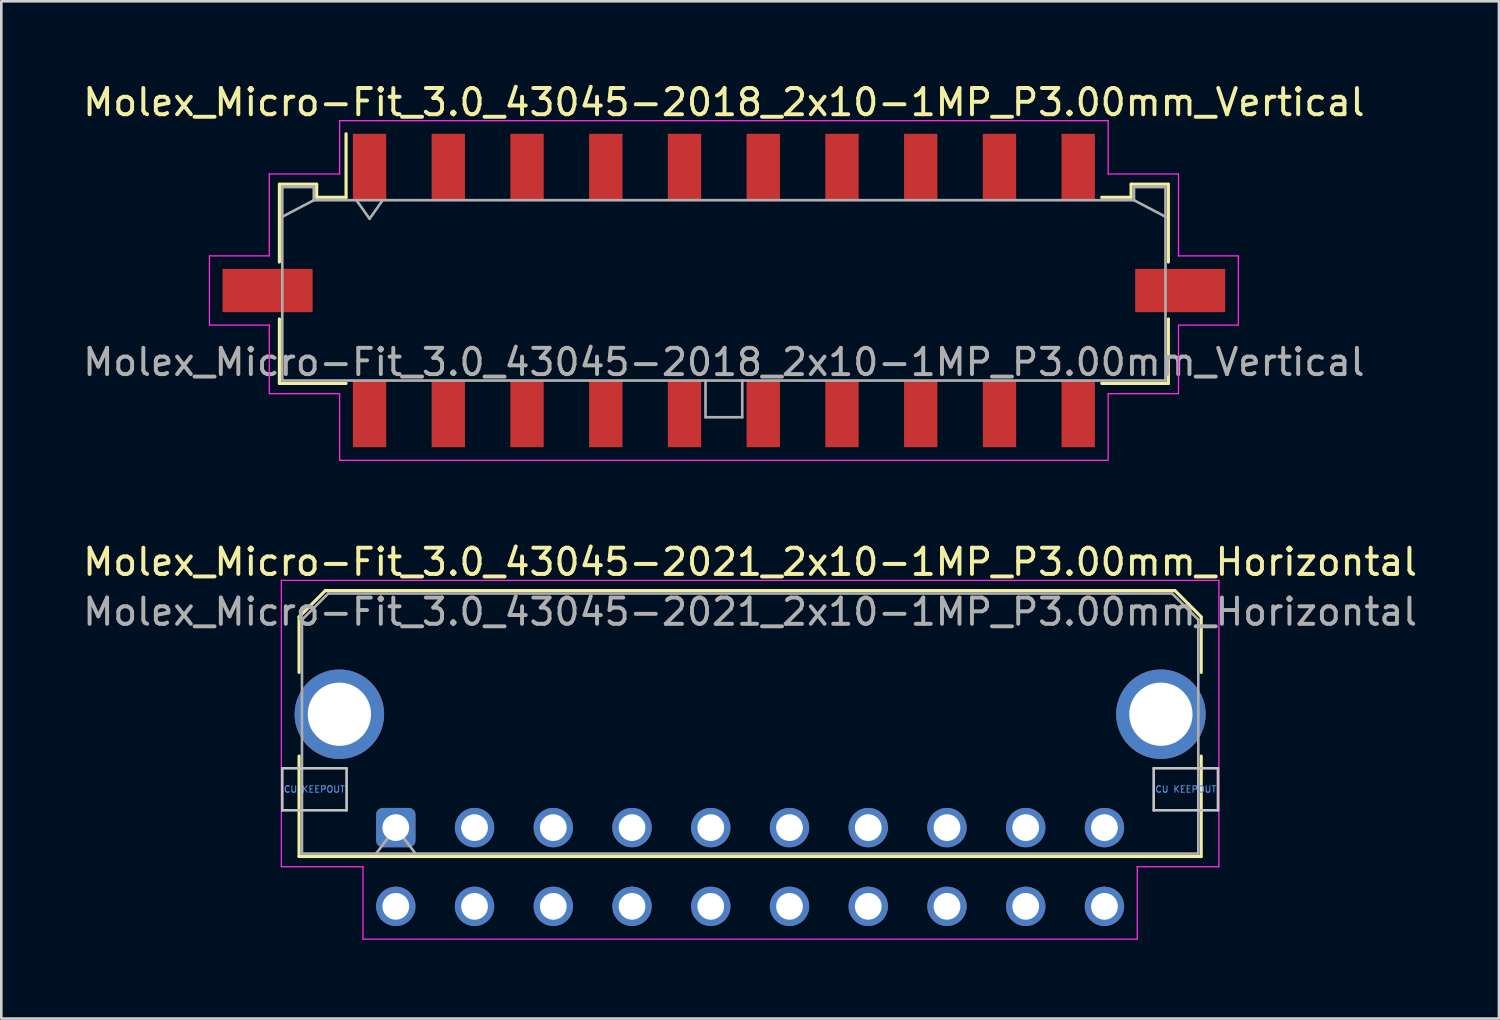
<source format=kicad_pcb>
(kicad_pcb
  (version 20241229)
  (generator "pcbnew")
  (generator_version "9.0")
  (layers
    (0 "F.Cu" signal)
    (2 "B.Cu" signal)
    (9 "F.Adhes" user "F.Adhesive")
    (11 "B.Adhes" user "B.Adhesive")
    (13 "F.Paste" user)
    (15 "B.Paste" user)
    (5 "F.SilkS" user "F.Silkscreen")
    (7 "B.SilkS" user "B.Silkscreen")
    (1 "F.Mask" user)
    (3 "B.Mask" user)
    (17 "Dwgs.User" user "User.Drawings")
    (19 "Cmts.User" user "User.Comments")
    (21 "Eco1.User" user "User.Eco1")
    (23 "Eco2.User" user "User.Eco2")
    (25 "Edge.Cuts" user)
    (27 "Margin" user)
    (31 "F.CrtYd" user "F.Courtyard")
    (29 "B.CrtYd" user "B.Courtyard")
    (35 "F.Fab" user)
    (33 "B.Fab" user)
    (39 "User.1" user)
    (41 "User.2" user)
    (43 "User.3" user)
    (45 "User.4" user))
  (footprint "Molex_Micro-Fit_3.0_43045-2021_2x10-1MP_P3.00mm_Horizontal"
    (layer "F.Cu")
    (at 12.03 28.482)
    (property "Reference" "Molex_Micro-Fit_3.0_43045-2021_2x10-1MP_P3.00mm_Horizontal" (at 13.5 -10.12 0) (layer "F.SilkS") (effects (font (size 1 1) (thickness 0.15))))
    (attr through_hole)
    (fp_line (start -3.685 -8.03) (end -2.685 -9.03) (stroke (width 0.12) (type solid)) (layer "F.SilkS"))
    (fp_line (start -3.685 -5.915) (end -3.685 -8.03) (stroke (width 0.12) (type solid)) (layer "F.SilkS"))
    (fp_line (start -3.685 -2.725) (end -3.685 1.1) (stroke (width 0.12) (type solid)) (layer "F.SilkS"))
    (fp_line (start -3.685 1.1) (end 30.685 1.1) (stroke (width 0.12) (type solid)) (layer "F.SilkS"))
    (fp_line (start -2.685 -9.03) (end 29.685 -9.03) (stroke (width 0.12) (type solid)) (layer "F.SilkS"))
    (fp_line (start 29.685 -9.03) (end 30.685 -8.03) (stroke (width 0.12) (type solid)) (layer "F.SilkS"))
    (fp_line (start 30.685 -8.03) (end 30.685 -5.915) (stroke (width 0.12) (type solid)) (layer "F.SilkS"))
    (fp_line (start 30.685 1.1) (end 30.685 -2.725) (stroke (width 0.12) (type solid)) (layer "F.SilkS"))
    (fp_line (start -4.325 -2.26) (end -4.325 -0.66) (stroke (width 0.1) (type solid)) (layer "Dwgs.User"))
    (fp_line (start -4.325 -0.66) (end -1.875 -0.66) (stroke (width 0.1) (type solid)) (layer "Dwgs.User"))
    (fp_line (start -1.875 -2.26) (end -4.325 -2.26) (stroke (width 0.1) (type solid)) (layer "Dwgs.User"))
    (fp_line (start -1.875 -0.66) (end -1.875 -2.26) (stroke (width 0.1) (type solid)) (layer "Dwgs.User"))
    (fp_line (start 28.875 -2.26) (end 28.875 -0.66) (stroke (width 0.1) (type solid)) (layer "Dwgs.User"))
    (fp_line (start 28.875 -0.66) (end 31.325 -0.66) (stroke (width 0.1) (type solid)) (layer "Dwgs.User"))
    (fp_line (start 31.325 -2.26) (end 28.875 -2.26) (stroke (width 0.1) (type solid)) (layer "Dwgs.User"))
    (fp_line (start 31.325 -0.66) (end 31.325 -2.26) (stroke (width 0.1) (type solid)) (layer "Dwgs.User"))
    (fp_line (start -4.36 -9.42) (end 31.36 -9.42) (stroke (width 0.05) (type solid)) (layer "F.CrtYd"))
    (fp_line (start -4.36 1.49) (end -4.36 -9.42) (stroke (width 0.05) (type solid)) (layer "F.CrtYd"))
    (fp_line (start -1.25 1.49) (end -4.36 1.49) (stroke (width 0.05) (type solid)) (layer "F.CrtYd"))
    (fp_line (start -1.25 4.25) (end -1.25 1.49) (stroke (width 0.05) (type solid)) (layer "F.CrtYd"))
    (fp_line (start 28.25 1.49) (end 28.25 4.25) (stroke (width 0.05) (type solid)) (layer "F.CrtYd"))
    (fp_line (start 28.25 4.25) (end -1.25 4.25) (stroke (width 0.05) (type solid)) (layer "F.CrtYd"))
    (fp_line (start 31.36 -9.42) (end 31.36 1.49) (stroke (width 0.05) (type solid)) (layer "F.CrtYd"))
    (fp_line (start 31.36 1.49) (end 28.25 1.49) (stroke (width 0.05) (type solid)) (layer "F.CrtYd"))
    (fp_line (start -3.575 -7.92) (end -2.575 -8.92) (stroke (width 0.1) (type solid)) (layer "F.Fab"))
    (fp_line (start -3.575 0.99) (end -3.575 -7.92) (stroke (width 0.1) (type solid)) (layer "F.Fab"))
    (fp_line (start -2.575 -8.92) (end 29.575 -8.92) (stroke (width 0.1) (type solid)) (layer "F.Fab"))
    (fp_line (start -0.75 0.99) (end 0 0) (stroke (width 0.1) (type solid)) (layer "F.Fab"))
    (fp_line (start 0 0) (end 0.75 0.99) (stroke (width 0.1) (type solid)) (layer "F.Fab"))
    (fp_line (start 29.575 -8.92) (end 30.575 -7.92) (stroke (width 0.1) (type solid)) (layer "F.Fab"))
    (fp_line (start 30.575 -7.92) (end 30.575 0.99) (stroke (width 0.1) (type solid)) (layer "F.Fab"))
    (fp_line (start 30.575 0.99) (end -3.575 0.99) (stroke (width 0.1) (type solid)) (layer "F.Fab"))
    (fp_text user "CU KEEPOUT" (at -3.1 -1.46 0) (layer "Cmts.User") (effects (font (size 0.245 0.245) (thickness 0.037))))
    (fp_text user "CU KEEPOUT" (at 30.1 -1.46 0) (layer "Cmts.User") (effects (font (size 0.245 0.245) (thickness 0.037))))
    (fp_text user "${REFERENCE}" (at 13.5 -8.22 0) (layer "F.Fab") (effects (font (size 1 1) (thickness 0.15))))
    (pad "1" thru_hole roundrect (at 0 0) (size 1.5 1.5) (drill 1.02) (layers "*.Cu" "*.Mask") (roundrect_rratio 0.167))
    (pad "2" thru_hole circle (at 3 0) (size 1.5 1.5) (drill 1.02) (layers "*.Cu" "*.Mask"))
    (pad "3" thru_hole circle (at 6 0) (size 1.5 1.5) (drill 1.02) (layers "*.Cu" "*.Mask"))
    (pad "4" thru_hole circle (at 9 0) (size 1.5 1.5) (drill 1.02) (layers "*.Cu" "*.Mask"))
    (pad "5" thru_hole circle (at 12 0) (size 1.5 1.5) (drill 1.02) (layers "*.Cu" "*.Mask"))
    (pad "6" thru_hole circle (at 15 0) (size 1.5 1.5) (drill 1.02) (layers "*.Cu" "*.Mask"))
    (pad "7" thru_hole circle (at 18 0) (size 1.5 1.5) (drill 1.02) (layers "*.Cu" "*.Mask"))
    (pad "8" thru_hole circle (at 21 0) (size 1.5 1.5) (drill 1.02) (layers "*.Cu" "*.Mask"))
    (pad "9" thru_hole circle (at 24 0) (size 1.5 1.5) (drill 1.02) (layers "*.Cu" "*.Mask"))
    (pad "10" thru_hole circle (at 27 0) (size 1.5 1.5) (drill 1.02) (layers "*.Cu" "*.Mask"))
    (pad "11" thru_hole circle (at 0 3) (size 1.5 1.5) (drill 1.02) (layers "*.Cu" "*.Mask"))
    (pad "12" thru_hole circle (at 3 3) (size 1.5 1.5) (drill 1.02) (layers "*.Cu" "*.Mask"))
    (pad "13" thru_hole circle (at 6 3) (size 1.5 1.5) (drill 1.02) (layers "*.Cu" "*.Mask"))
    (pad "14" thru_hole circle (at 9 3) (size 1.5 1.5) (drill 1.02) (layers "*.Cu" "*.Mask"))
    (pad "15" thru_hole circle (at 12 3) (size 1.5 1.5) (drill 1.02) (layers "*.Cu" "*.Mask"))
    (pad "16" thru_hole circle (at 15 3) (size 1.5 1.5) (drill 1.02) (layers "*.Cu" "*.Mask"))
    (pad "17" thru_hole circle (at 18 3) (size 1.5 1.5) (drill 1.02) (layers "*.Cu" "*.Mask"))
    (pad "18" thru_hole circle (at 21 3) (size 1.5 1.5) (drill 1.02) (layers "*.Cu" "*.Mask"))
    (pad "19" thru_hole circle (at 24 3) (size 1.5 1.5) (drill 1.02) (layers "*.Cu" "*.Mask"))
    (pad "20" thru_hole circle (at 27 3) (size 1.5 1.5) (drill 1.02) (layers "*.Cu" "*.Mask"))
    (pad "MP" thru_hole circle (at -2.15 -4.32) (size 3.41 3.41) (drill 2.41) (layers "*.Cu" "*.Mask"))
    (pad "MP" thru_hole circle (at 29.15 -4.32) (size 3.41 3.41) (drill 2.41) (layers "*.Cu" "*.Mask")))
  (footprint "Molex_Micro-Fit_3.0_43045-2018_2x10-1MP_P3.00mm_Vertical"
    (layer "F.Cu")
    (at 24.53 8.018)
    (property "Reference" "Molex_Micro-Fit_3.0_43045-2018_2x10-1MP_P3.00mm_Vertical" (at 0 -7.17 0) (layer "F.SilkS") (effects (font (size 1 1) (thickness 0.15))))
    (attr smd)
    (fp_line (start -16.935 -4.05) (end -15.515 -4.05) (stroke (width 0.12) (type solid)) (layer "F.SilkS"))
    (fp_line (start -16.935 -1.085) (end -16.935 -4.05) (stroke (width 0.12) (type solid)) (layer "F.SilkS"))
    (fp_line (start -16.935 1.085) (end -16.935 3.54) (stroke (width 0.12) (type solid)) (layer "F.SilkS"))
    (fp_line (start -16.935 3.54) (end -14.395 3.54) (stroke (width 0.12) (type solid)) (layer "F.SilkS"))
    (fp_line (start -15.515 -4.05) (end -15.515 -3.55) (stroke (width 0.12) (type solid)) (layer "F.SilkS"))
    (fp_line (start -15.515 -3.55) (end -14.395 -3.55) (stroke (width 0.12) (type solid)) (layer "F.SilkS"))
    (fp_line (start -14.395 -3.55) (end -14.395 -5.97) (stroke (width 0.12) (type solid)) (layer "F.SilkS"))
    (fp_line (start 15.515 -4.05) (end 15.515 -3.55) (stroke (width 0.12) (type solid)) (layer "F.SilkS"))
    (fp_line (start 15.515 -3.55) (end 14.395 -3.55) (stroke (width 0.12) (type solid)) (layer "F.SilkS"))
    (fp_line (start 16.935 -4.05) (end 15.515 -4.05) (stroke (width 0.12) (type solid)) (layer "F.SilkS"))
    (fp_line (start 16.935 -1.085) (end 16.935 -4.05) (stroke (width 0.12) (type solid)) (layer "F.SilkS"))
    (fp_line (start 16.935 1.085) (end 16.935 3.54) (stroke (width 0.12) (type solid)) (layer "F.SilkS"))
    (fp_line (start 16.935 3.54) (end 14.395 3.54) (stroke (width 0.12) (type solid)) (layer "F.SilkS"))
    (fp_line (start -19.6 -1.32) (end -19.6 1.32) (stroke (width 0.05) (type solid)) (layer "F.CrtYd"))
    (fp_line (start -19.6 1.32) (end -17.32 1.32) (stroke (width 0.05) (type solid)) (layer "F.CrtYd"))
    (fp_line (start -17.32 -4.44) (end -17.32 -1.32) (stroke (width 0.05) (type solid)) (layer "F.CrtYd"))
    (fp_line (start -17.32 -1.32) (end -19.6 -1.32) (stroke (width 0.05) (type solid)) (layer "F.CrtYd"))
    (fp_line (start -17.32 1.32) (end -17.32 3.93) (stroke (width 0.05) (type solid)) (layer "F.CrtYd"))
    (fp_line (start -17.32 3.93) (end -14.64 3.93) (stroke (width 0.05) (type solid)) (layer "F.CrtYd"))
    (fp_line (start -14.64 -6.47) (end -14.64 -4.44) (stroke (width 0.05) (type solid)) (layer "F.CrtYd"))
    (fp_line (start -14.64 -4.44) (end -17.32 -4.44) (stroke (width 0.05) (type solid)) (layer "F.CrtYd"))
    (fp_line (start -14.64 3.93) (end -14.64 6.47) (stroke (width 0.05) (type solid)) (layer "F.CrtYd"))
    (fp_line (start -14.64 6.47) (end 0 6.47) (stroke (width 0.05) (type solid)) (layer "F.CrtYd"))
    (fp_line (start 0 -6.47) (end -14.64 -6.47) (stroke (width 0.05) (type solid)) (layer "F.CrtYd"))
    (fp_line (start 0 -6.47) (end 14.64 -6.47) (stroke (width 0.05) (type solid)) (layer "F.CrtYd"))
    (fp_line (start 14.64 -6.47) (end 14.64 -4.44) (stroke (width 0.05) (type solid)) (layer "F.CrtYd"))
    (fp_line (start 14.64 -4.44) (end 17.32 -4.44) (stroke (width 0.05) (type solid)) (layer "F.CrtYd"))
    (fp_line (start 14.64 3.93) (end 14.64 6.47) (stroke (width 0.05) (type solid)) (layer "F.CrtYd"))
    (fp_line (start 14.64 6.47) (end 0 6.47) (stroke (width 0.05) (type solid)) (layer "F.CrtYd"))
    (fp_line (start 17.32 -4.44) (end 17.32 -1.32) (stroke (width 0.05) (type solid)) (layer "F.CrtYd"))
    (fp_line (start 17.32 -1.32) (end 19.6 -1.32) (stroke (width 0.05) (type solid)) (layer "F.CrtYd"))
    (fp_line (start 17.32 1.32) (end 17.32 3.93) (stroke (width 0.05) (type solid)) (layer "F.CrtYd"))
    (fp_line (start 17.32 3.93) (end 14.64 3.93) (stroke (width 0.05) (type solid)) (layer "F.CrtYd"))
    (fp_line (start 19.6 -1.32) (end 19.6 1.32) (stroke (width 0.05) (type solid)) (layer "F.CrtYd"))
    (fp_line (start 19.6 1.32) (end 17.32 1.32) (stroke (width 0.05) (type solid)) (layer "F.CrtYd"))
    (fp_line (start -16.825 -3.94) (end -16.825 3.43) (stroke (width 0.1) (type solid)) (layer "F.Fab"))
    (fp_line (start -16.825 -2.81) (end -15.625 -3.44) (stroke (width 0.1) (type solid)) (layer "F.Fab"))
    (fp_line (start -16.825 3.43) (end 16.825 3.43) (stroke (width 0.1) (type solid)) (layer "F.Fab"))
    (fp_line (start -15.625 -3.94) (end -16.825 -3.94) (stroke (width 0.1) (type solid)) (layer "F.Fab"))
    (fp_line (start -15.625 -3.44) (end -15.625 -3.94) (stroke (width 0.1) (type solid)) (layer "F.Fab"))
    (fp_line (start -14 -3.44) (end -13.5 -2.733) (stroke (width 0.1) (type solid)) (layer "F.Fab"))
    (fp_line (start -13.5 -2.733) (end -13 -3.44) (stroke (width 0.1) (type solid)) (layer "F.Fab"))
    (fp_line (start -0.7 3.43) (end -0.7 4.83) (stroke (width 0.1) (type solid)) (layer "F.Fab"))
    (fp_line (start -0.7 4.83) (end 0.7 4.83) (stroke (width 0.1) (type solid)) (layer "F.Fab"))
    (fp_line (start 0.7 4.83) (end 0.7 3.43) (stroke (width 0.1) (type solid)) (layer "F.Fab"))
    (fp_line (start 15.625 -3.94) (end 15.625 -3.44) (stroke (width 0.1) (type solid)) (layer "F.Fab"))
    (fp_line (start 15.625 -3.44) (end -15.625 -3.44) (stroke (width 0.1) (type solid)) (layer "F.Fab"))
    (fp_line (start 16.825 -3.94) (end 15.625 -3.94) (stroke (width 0.1) (type solid)) (layer "F.Fab"))
    (fp_line (start 16.825 -2.81) (end 15.625 -3.44) (stroke (width 0.1) (type solid)) (layer "F.Fab"))
    (fp_line (start 16.825 3.43) (end 16.825 -3.94) (stroke (width 0.1) (type solid)) (layer "F.Fab"))
    (fp_text user "${REFERENCE}" (at 0 2.73 0) (layer "F.Fab") (effects (font (size 1 1) (thickness 0.15))))
    (pad "1" smd rect (at -13.5 -4.7) (size 1.27 2.54) (layers "F.Cu" "F.Mask" "F.Paste"))
    (pad "2" smd rect (at -10.5 -4.7) (size 1.27 2.54) (layers "F.Cu" "F.Mask" "F.Paste"))
    (pad "3" smd rect (at -7.5 -4.7) (size 1.27 2.54) (layers "F.Cu" "F.Mask" "F.Paste"))
    (pad "4" smd rect (at -4.5 -4.7) (size 1.27 2.54) (layers "F.Cu" "F.Mask" "F.Paste"))
    (pad "5" smd rect (at -1.5 -4.7) (size 1.27 2.54) (layers "F.Cu" "F.Mask" "F.Paste"))
    (pad "6" smd rect (at 1.5 -4.7) (size 1.27 2.54) (layers "F.Cu" "F.Mask" "F.Paste"))
    (pad "7" smd rect (at 4.5 -4.7) (size 1.27 2.54) (layers "F.Cu" "F.Mask" "F.Paste"))
    (pad "8" smd rect (at 7.5 -4.7) (size 1.27 2.54) (layers "F.Cu" "F.Mask" "F.Paste"))
    (pad "9" smd rect (at 10.5 -4.7) (size 1.27 2.54) (layers "F.Cu" "F.Mask" "F.Paste"))
    (pad "10" smd rect (at 13.5 -4.7) (size 1.27 2.54) (layers "F.Cu" "F.Mask" "F.Paste"))
    (pad "11" smd rect (at -13.5 4.7) (size 1.27 2.54) (layers "F.Cu" "F.Mask" "F.Paste"))
    (pad "12" smd rect (at -10.5 4.7) (size 1.27 2.54) (layers "F.Cu" "F.Mask" "F.Paste"))
    (pad "13" smd rect (at -7.5 4.7) (size 1.27 2.54) (layers "F.Cu" "F.Mask" "F.Paste"))
    (pad "14" smd rect (at -4.5 4.7) (size 1.27 2.54) (layers "F.Cu" "F.Mask" "F.Paste"))
    (pad "15" smd rect (at -1.5 4.7) (size 1.27 2.54) (layers "F.Cu" "F.Mask" "F.Paste"))
    (pad "16" smd rect (at 1.5 4.7) (size 1.27 2.54) (layers "F.Cu" "F.Mask" "F.Paste"))
    (pad "17" smd rect (at 4.5 4.7) (size 1.27 2.54) (layers "F.Cu" "F.Mask" "F.Paste"))
    (pad "18" smd rect (at 7.5 4.7) (size 1.27 2.54) (layers "F.Cu" "F.Mask" "F.Paste"))
    (pad "19" smd rect (at 10.5 4.7) (size 1.27 2.54) (layers "F.Cu" "F.Mask" "F.Paste"))
    (pad "20" smd rect (at 13.5 4.7) (size 1.27 2.54) (layers "F.Cu" "F.Mask" "F.Paste"))
    (pad "MP" smd rect (at -17.385 0) (size 3.43 1.65) (layers "F.Cu" "F.Mask" "F.Paste"))
    (pad "MP" smd rect (at 17.385 0) (size 3.43 1.65) (layers "F.Cu" "F.Mask" "F.Paste")))
  (gr_rect
    (start -3 -3)
    (end 54.06 35.757)
    (stroke (width 0.1) (type default))
    (fill no)
    (layer "Edge.Cuts")))
</source>
